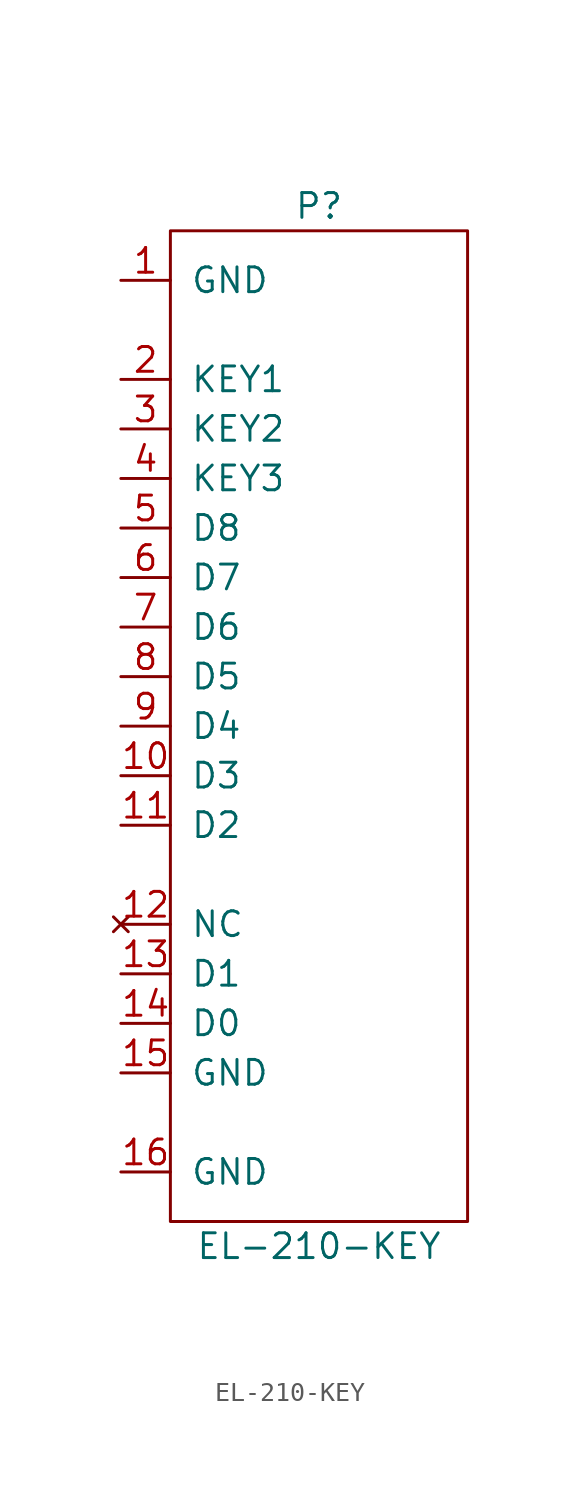
<source format=kicad_sym>
(kicad_symbol_lib
  (version 20211014)
  (generator kicad_symbol_editor)
  (symbol "EL-210-KEY"
    (pin_names
      (offset 1.016))
    (property "Reference" "P"
      (at 10.16 3.81 0)
      (effects (font (size 1.27 1.27))))
    (property "Value" "EL-210-KEY"
      (at 10.16 -49.53 0)
      (effects (font (size 1.27 1.27))))
    (symbol "EL-210-KEY_0_1"
      (rectangle (start 2.54 2.54) (end 17.78 -48.26) (stroke (width 0) (type default) (color 0 0 0 0)) (fill (type none))))
    (symbol "EL-210-KEY_1_1"
      (pin power_in line (at 0 0 0) (length 2.54) (name "GND" (effects (font (size 1.27 1.27)))) (number "1" (effects (font (size 1.27 1.27)))))
      (pin input line (at 0 -25.4 0) (length 2.54) (name "D3" (effects (font (size 1.27 1.27)))) (number "10" (effects (font (size 1.27 1.27)))))
      (pin input line (at 0 -27.94 0) (length 2.54) (name "D2" (effects (font (size 1.27 1.27)))) (number "11" (effects (font (size 1.27 1.27)))))
      (pin no_connect line (at 0 -33.02 0) (length 2.54) (name "NC" (effects (font (size 1.27 1.27)))) (number "12" (effects (font (size 1.27 1.27)))))
      (pin input line (at 0 -35.56 0) (length 2.54) (name "D1" (effects (font (size 1.27 1.27)))) (number "13" (effects (font (size 1.27 1.27)))))
      (pin input line (at 0 -38.1 0) (length 2.54) (name "D0" (effects (font (size 1.27 1.27)))) (number "14" (effects (font (size 1.27 1.27)))))
      (pin power_in line (at 0 -40.64 0) (length 2.54) (name "GND" (effects (font (size 1.27 1.27)))) (number "15" (effects (font (size 1.27 1.27)))))
      (pin power_in line (at 0 -45.72 0) (length 2.54) (name "GND" (effects (font (size 1.27 1.27)))) (number "16" (effects (font (size 1.27 1.27)))))
      (pin output line (at 0 -5.08 0) (length 2.54) (name "KEY1" (effects (font (size 1.27 1.27)))) (number "2" (effects (font (size 1.27 1.27)))))
      (pin output line (at 0 -7.62 0) (length 2.54) (name "KEY2" (effects (font (size 1.27 1.27)))) (number "3" (effects (font (size 1.27 1.27)))))
      (pin output line (at 0 -10.16 0) (length 2.54) (name "KEY3" (effects (font (size 1.27 1.27)))) (number "4" (effects (font (size 1.27 1.27)))))
      (pin input line (at 0 -12.7 0) (length 2.54) (name "D8" (effects (font (size 1.27 1.27)))) (number "5" (effects (font (size 1.27 1.27)))))
      (pin input line (at 0 -15.24 0) (length 2.54) (name "D7" (effects (font (size 1.27 1.27)))) (number "6" (effects (font (size 1.27 1.27)))))
      (pin input line (at 0 -17.78 0) (length 2.54) (name "D6" (effects (font (size 1.27 1.27)))) (number "7" (effects (font (size 1.27 1.27)))))
      (pin input line (at 0 -20.32 0) (length 2.54) (name "D5" (effects (font (size 1.27 1.27)))) (number "8" (effects (font (size 1.27 1.27)))))
      (pin input line (at 0 -22.86 0) (length 2.54) (name "D4" (effects (font (size 1.27 1.27)))) (number "9" (effects (font (size 1.27 1.27))))))))
</source>
